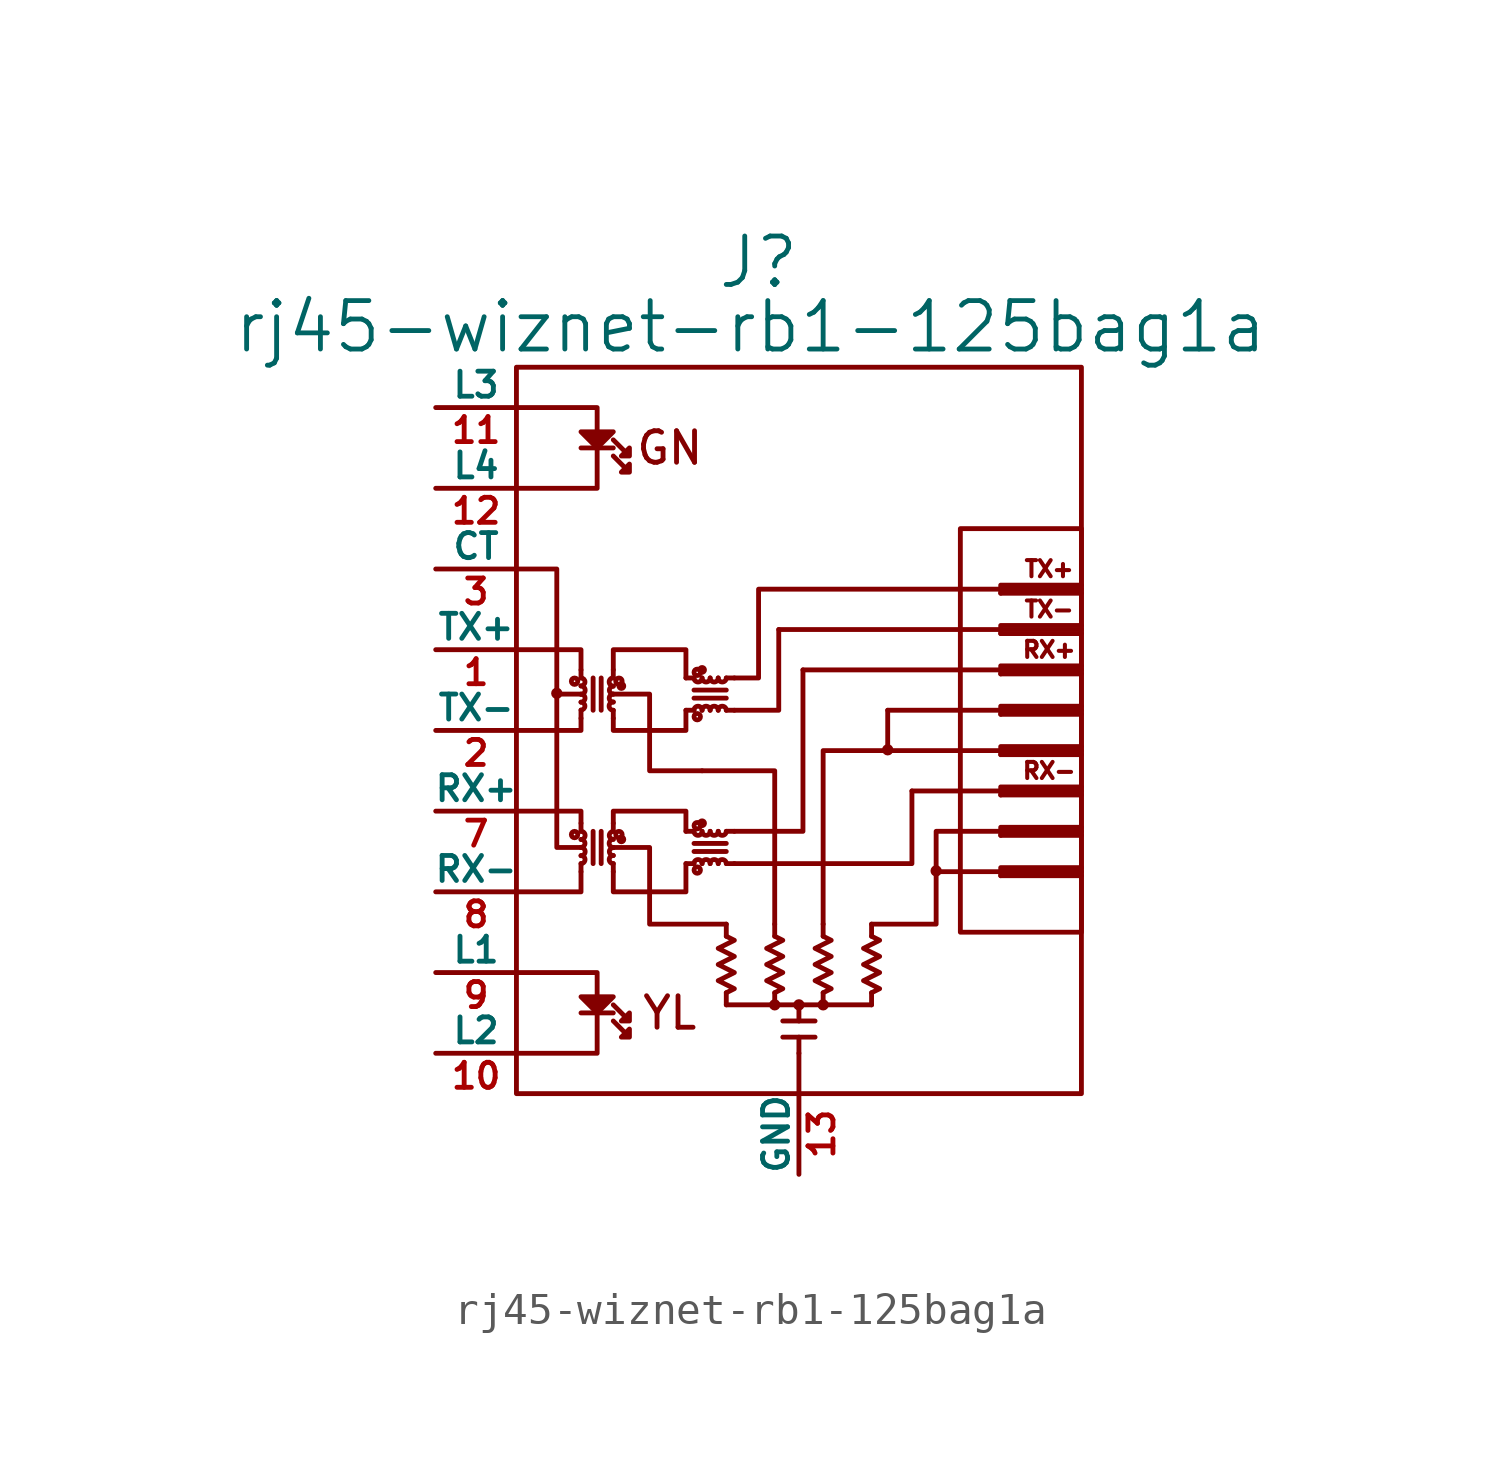
<source format=kicad_sym>
(kicad_symbol_lib
  (version 20211014)
  (generator kicad_symbol_editor)
  (symbol "rj45-wiznet-rb1-125bag1a"
    (pin_names
      (offset 0))
    (property "Reference" "J"
      (at 0 14.732 0)
      (effects (font (size 1.524 1.524))))
    (property "Value" "rj45-wiznet-rb1-125bag1a"
      (at -0.254 12.7 0)
      (effects (font (size 1.524 1.524))))
    (property "Footprint" ""
      (at -7.62 -1.27 0)
      (effects (font (size 1.524 1.524))))
    (property "Datasheet" ""
      (at -7.62 -1.27 0)
      (effects (font (size 1.524 1.524))))
    (symbol "rj45-wiznet-rb1-125bag1a_0_0"
      (text "GN" (at -2.794 8.89 0) (effects (font (size 0.991 0.991))))
      (text "RX+" (at 9.144 2.54 0) (effects (font (size 0.508 0.508))))
      (text "RX-" (at 9.144 -1.27 0) (effects (font (size 0.508 0.508))))
      (text "TX+" (at 9.144 5.08 0) (effects (font (size 0.508 0.508))))
      (text "TX-" (at 9.144 3.81 0) (effects (font (size 0.508 0.508))))
      (text "YL" (at -2.794 -8.89 0) (effects (font (size 0.991 0.991)))))
    (symbol "rj45-wiznet-rb1-125bag1a_0_1"
      (circle (center -6.35 1.168) (radius 0.102) (stroke (width 0) (type default) (color 0 0 0 0)) (fill (type none)))
      (circle (center -5.791 -3.277) (radius 0.025) (stroke (width 0) (type default) (color 0 0 0 0)) (fill (type none)))
      (circle (center -5.791 1.549) (radius 0.025) (stroke (width 0) (type default) (color 0 0 0 0)) (fill (type none)))
      (arc (start -5.588 -4.191) (mid -5.461 -4.064) (end -5.588 -3.937) (stroke (width 0) (type default) (color 0 0 0 0)) (fill (type none)))
      (arc (start -5.588 -3.937) (mid -5.461 -3.81) (end -5.588 -3.683) (stroke (width 0) (type default) (color 0 0 0 0)) (fill (type none)))
      (arc (start -5.588 -3.683) (mid -5.461 -3.556) (end -5.588 -3.429) (stroke (width 0) (type default) (color 0 0 0 0)) (fill (type none)))
      (arc (start -5.588 -3.429) (mid -5.461 -3.302) (end -5.588 -3.175) (stroke (width 0) (type default) (color 0 0 0 0)) (fill (type none)))
      (arc (start -5.588 0.635) (mid -5.461 0.762) (end -5.588 0.889) (stroke (width 0) (type default) (color 0 0 0 0)) (fill (type none)))
      (arc (start -5.588 0.889) (mid -5.461 1.016) (end -5.588 1.143) (stroke (width 0) (type default) (color 0 0 0 0)) (fill (type none)))
      (arc (start -5.588 1.143) (mid -5.461 1.27) (end -5.588 1.397) (stroke (width 0) (type default) (color 0 0 0 0)) (fill (type none)))
      (arc (start -5.588 1.397) (mid -5.461 1.524) (end -5.588 1.651) (stroke (width 0) (type default) (color 0 0 0 0)) (fill (type none)))
      (arc (start -4.572 -3.937) (mid -4.699 -4.064) (end -4.572 -4.191) (stroke (width 0) (type default) (color 0 0 0 0)) (fill (type none)))
      (arc (start -4.572 -3.683) (mid -4.699 -3.81) (end -4.572 -3.937) (stroke (width 0) (type default) (color 0 0 0 0)) (fill (type none)))
      (arc (start -4.572 -3.429) (mid -4.699 -3.556) (end -4.572 -3.683) (stroke (width 0) (type default) (color 0 0 0 0)) (fill (type none)))
      (arc (start -4.572 -3.175) (mid -4.699 -3.302) (end -4.572 -3.429) (stroke (width 0) (type default) (color 0 0 0 0)) (fill (type none)))
      (arc (start -4.572 0.889) (mid -4.699 0.762) (end -4.572 0.635) (stroke (width 0) (type default) (color 0 0 0 0)) (fill (type none)))
      (arc (start -4.572 1.143) (mid -4.699 1.016) (end -4.572 0.889) (stroke (width 0) (type default) (color 0 0 0 0)) (fill (type none)))
      (arc (start -4.572 1.397) (mid -4.699 1.27) (end -4.572 1.143) (stroke (width 0) (type default) (color 0 0 0 0)) (fill (type none)))
      (arc (start -4.572 1.651) (mid -4.699 1.524) (end -4.572 1.397) (stroke (width 0) (type default) (color 0 0 0 0)) (fill (type none)))
      (circle (center -4.394 -3.277) (radius 0.025) (stroke (width 0) (type default) (color 0 0 0 0)) (fill (type none)))
      (circle (center -4.394 1.549) (radius 0.025) (stroke (width 0) (type default) (color 0 0 0 0)) (fill (type none)))
      (circle (center -4.318 -3.429) (radius 0.0001) (stroke (width 0) (type default) (color 0 0 0 0)) (fill (type none)))
      (circle (center -4.318 1.397) (radius 0.0001) (stroke (width 0) (type default) (color 0 0 0 0)) (fill (type none)))
      (arc (start -2.032 -3.175) (mid -1.905 -3.302) (end -1.778 -3.175) (stroke (width 0) (type default) (color 0 0 0 0)) (fill (type none)))
      (arc (start -2.032 1.651) (mid -1.905 1.524) (end -1.778 1.651) (stroke (width 0) (type default) (color 0 0 0 0)) (fill (type none)))
      (circle (center -1.93 -4.394) (radius 0.025) (stroke (width 0) (type default) (color 0 0 0 0)) (fill (type none)))
      (circle (center -1.93 -2.997) (radius 0.025) (stroke (width 0) (type default) (color 0 0 0 0)) (fill (type none)))
      (circle (center -1.93 0.432) (radius 0.025) (stroke (width 0) (type default) (color 0 0 0 0)) (fill (type none)))
      (circle (center -1.93 1.829) (radius 0.025) (stroke (width 0) (type default) (color 0 0 0 0)) (fill (type none)))
      (arc (start -1.778 -4.191) (mid -1.905 -4.064) (end -2.032 -4.191) (stroke (width 0) (type default) (color 0 0 0 0)) (fill (type none)))
      (arc (start -1.778 -3.175) (mid -1.651 -3.302) (end -1.524 -3.175) (stroke (width 0) (type default) (color 0 0 0 0)) (fill (type none)))
      (circle (center -1.778 -2.921) (radius 0.0001) (stroke (width 0) (type default) (color 0 0 0 0)) (fill (type none)))
      (arc (start -1.778 0.635) (mid -1.905 0.762) (end -2.032 0.635) (stroke (width 0) (type default) (color 0 0 0 0)) (fill (type none)))
      (arc (start -1.778 1.651) (mid -1.651 1.524) (end -1.524 1.651) (stroke (width 0) (type default) (color 0 0 0 0)) (fill (type none)))
      (circle (center -1.778 1.905) (radius 0.0001) (stroke (width 0) (type default) (color 0 0 0 0)) (fill (type none)))
      (arc (start -1.524 -4.191) (mid -1.651 -4.064) (end -1.778 -4.191) (stroke (width 0) (type default) (color 0 0 0 0)) (fill (type none)))
      (arc (start -1.524 -3.175) (mid -1.397 -3.302) (end -1.27 -3.175) (stroke (width 0) (type default) (color 0 0 0 0)) (fill (type none)))
      (arc (start -1.524 0.635) (mid -1.651 0.762) (end -1.778 0.635) (stroke (width 0) (type default) (color 0 0 0 0)) (fill (type none)))
      (arc (start -1.524 1.651) (mid -1.397 1.524) (end -1.27 1.651) (stroke (width 0) (type default) (color 0 0 0 0)) (fill (type none)))
      (arc (start -1.27 -4.191) (mid -1.397 -4.064) (end -1.524 -4.191) (stroke (width 0) (type default) (color 0 0 0 0)) (fill (type none)))
      (arc (start -1.27 -3.175) (mid -1.143 -3.302) (end -1.016 -3.175) (stroke (width 0) (type default) (color 0 0 0 0)) (fill (type none)))
      (arc (start -1.27 0.635) (mid -1.397 0.762) (end -1.524 0.635) (stroke (width 0) (type default) (color 0 0 0 0)) (fill (type none)))
      (arc (start -1.27 1.651) (mid -1.143 1.524) (end -1.016 1.651) (stroke (width 0) (type default) (color 0 0 0 0)) (fill (type none)))
      (arc (start -1.016 -4.191) (mid -1.143 -4.064) (end -1.27 -4.191) (stroke (width 0) (type default) (color 0 0 0 0)) (fill (type none)))
      (arc (start -1.016 0.635) (mid -1.143 0.762) (end -1.27 0.635) (stroke (width 0) (type default) (color 0 0 0 0)) (fill (type none)))
      (polyline (pts (xy -6.35 1.143) (xy -5.588 1.143)) (stroke (width 0) (type default) (color 0 0 0 0)) (fill (type none)))
      (polyline (pts (xy -5.588 -8.89) (xy -4.572 -8.89)) (stroke (width 0) (type default) (color 0 0 0 0)) (fill (type none)))
      (polyline (pts (xy -5.588 -4.191) (xy -5.588 -4.445)) (stroke (width 0) (type default) (color 0 0 0 0)) (fill (type none)))
      (polyline (pts (xy -5.588 -2.921) (xy -5.588 -3.175)) (stroke (width 0) (type default) (color 0 0 0 0)) (fill (type none)))
      (polyline (pts (xy -5.588 0.635) (xy -5.588 0.381)) (stroke (width 0) (type default) (color 0 0 0 0)) (fill (type none)))
      (polyline (pts (xy -5.588 1.905) (xy -5.588 1.651)) (stroke (width 0) (type default) (color 0 0 0 0)) (fill (type none)))
      (polyline (pts (xy -5.588 8.89) (xy -4.572 8.89)) (stroke (width 0) (type default) (color 0 0 0 0)) (fill (type none)))
      (polyline (pts (xy -5.207 -4.191) (xy -5.207 -3.175)) (stroke (width 0) (type default) (color 0 0 0 0)) (fill (type none)))
      (polyline (pts (xy -5.207 0.635) (xy -5.207 1.651)) (stroke (width 0) (type default) (color 0 0 0 0)) (fill (type none)))
      (polyline (pts (xy -4.953 -3.175) (xy -4.953 -4.191)) (stroke (width 0) (type default) (color 0 0 0 0)) (fill (type none)))
      (polyline (pts (xy -4.953 1.651) (xy -4.953 0.635)) (stroke (width 0) (type default) (color 0 0 0 0)) (fill (type none)))
      (polyline (pts (xy -4.572 -4.191) (xy -4.572 -4.445)) (stroke (width 0) (type default) (color 0 0 0 0)) (fill (type none)))
      (polyline (pts (xy -4.572 -2.921) (xy -4.572 -3.175)) (stroke (width 0) (type default) (color 0 0 0 0)) (fill (type none)))
      (polyline (pts (xy -4.572 0.635) (xy -4.572 0.381)) (stroke (width 0) (type default) (color 0 0 0 0)) (fill (type none)))
      (polyline (pts (xy -4.572 1.905) (xy -4.572 1.651)) (stroke (width 0) (type default) (color 0 0 0 0)) (fill (type none)))
      (polyline (pts (xy -2.286 -4.191) (xy -2.032 -4.191)) (stroke (width 0) (type default) (color 0 0 0 0)) (fill (type none)))
      (polyline (pts (xy -2.286 -3.175) (xy -2.032 -3.175)) (stroke (width 0) (type default) (color 0 0 0 0)) (fill (type none)))
      (polyline (pts (xy -2.286 0.635) (xy -2.032 0.635)) (stroke (width 0) (type default) (color 0 0 0 0)) (fill (type none)))
      (polyline (pts (xy -2.286 1.651) (xy -2.032 1.651)) (stroke (width 0) (type default) (color 0 0 0 0)) (fill (type none)))
      (polyline (pts (xy -2.032 -3.556) (xy -1.016 -3.556)) (stroke (width 0) (type default) (color 0 0 0 0)) (fill (type none)))
      (polyline (pts (xy -2.032 1.27) (xy -1.016 1.27)) (stroke (width 0) (type default) (color 0 0 0 0)) (fill (type none)))
      (polyline (pts (xy -1.016 -8.636) (xy -1.016 -8.255)) (stroke (width 0) (type default) (color 0 0 0 0)) (fill (type none)))
      (polyline (pts (xy -1.016 -6.477) (xy -1.016 -6.096)) (stroke (width 0) (type default) (color 0 0 0 0)) (fill (type none)))
      (polyline (pts (xy -1.016 -4.191) (xy -0.762 -4.191)) (stroke (width 0) (type default) (color 0 0 0 0)) (fill (type none)))
      (polyline (pts (xy -1.016 -3.81) (xy -2.032 -3.81)) (stroke (width 0) (type default) (color 0 0 0 0)) (fill (type none)))
      (polyline (pts (xy -1.016 -3.175) (xy -0.762 -3.175)) (stroke (width 0) (type default) (color 0 0 0 0)) (fill (type none)))
      (polyline (pts (xy -1.016 0.635) (xy -0.762 0.635)) (stroke (width 0) (type default) (color 0 0 0 0)) (fill (type none)))
      (polyline (pts (xy -1.016 1.016) (xy -2.032 1.016)) (stroke (width 0) (type default) (color 0 0 0 0)) (fill (type none)))
      (polyline (pts (xy -1.016 1.651) (xy -0.762 1.651)) (stroke (width 0) (type default) (color 0 0 0 0)) (fill (type none)))
      (polyline (pts (xy 0.508 -8.636) (xy 0.508 -8.255)) (stroke (width 0) (type default) (color 0 0 0 0)) (fill (type none)))
      (polyline (pts (xy 0.508 -6.477) (xy 0.508 -6.096)) (stroke (width 0) (type default) (color 0 0 0 0)) (fill (type none)))
      (polyline (pts (xy 0.762 -9.144) (xy 1.778 -9.144)) (stroke (width 0) (type default) (color 0 0 0 0)) (fill (type none)))
      (polyline (pts (xy 1.27 -11.43) (xy 1.27 -10.16)) (stroke (width 0) (type default) (color 0 0 0 0)) (fill (type none)))
      (polyline (pts (xy 1.27 -9.652) (xy 1.27 -10.16)) (stroke (width 0) (type default) (color 0 0 0 0)) (fill (type none)))
      (polyline (pts (xy 1.27 -8.636) (xy 1.27 -9.144)) (stroke (width 0) (type default) (color 0 0 0 0)) (fill (type none)))
      (polyline (pts (xy 1.778 -9.652) (xy 0.762 -9.652)) (stroke (width 0) (type default) (color 0 0 0 0)) (fill (type none)))
      (polyline (pts (xy 2.032 -8.636) (xy 2.032 -8.255)) (stroke (width 0) (type default) (color 0 0 0 0)) (fill (type none)))
      (polyline (pts (xy 2.032 -6.477) (xy 2.032 -6.096)) (stroke (width 0) (type default) (color 0 0 0 0)) (fill (type none)))
      (polyline (pts (xy 3.556 -8.636) (xy -1.016 -8.636)) (stroke (width 0) (type default) (color 0 0 0 0)) (fill (type none)))
      (polyline (pts (xy 3.556 -8.636) (xy 3.556 -8.255)) (stroke (width 0) (type default) (color 0 0 0 0)) (fill (type none)))
      (polyline (pts (xy 3.556 -6.477) (xy 3.556 -6.096)) (stroke (width 0) (type default) (color 0 0 0 0)) (fill (type none)))
      (polyline (pts (xy 4.064 0.635) (xy 4.064 -0.635)) (stroke (width 0) (type default) (color 0 0 0 0)) (fill (type none)))
      (polyline (pts (xy 7.62 -4.572) (xy 10.16 -4.572)) (stroke (width 0) (type default) (color 0 0 0 0)) (fill (type none)))
      (polyline (pts (xy 7.62 -4.445) (xy 5.588 -4.445)) (stroke (width 0) (type default) (color 0 0 0 0)) (fill (type none)))
      (polyline (pts (xy 7.62 -4.445) (xy 10.16 -4.445)) (stroke (width 0) (type default) (color 0 0 0 0)) (fill (type none)))
      (polyline (pts (xy 7.62 -3.302) (xy 10.16 -3.302)) (stroke (width 0) (type default) (color 0 0 0 0)) (fill (type none)))
      (polyline (pts (xy 7.62 -3.175) (xy 10.16 -3.175)) (stroke (width 0) (type default) (color 0 0 0 0)) (fill (type none)))
      (polyline (pts (xy 7.62 -2.032) (xy 10.16 -2.032)) (stroke (width 0) (type default) (color 0 0 0 0)) (fill (type none)))
      (polyline (pts (xy 7.62 -1.905) (xy 4.826 -1.905)) (stroke (width 0) (type default) (color 0 0 0 0)) (fill (type none)))
      (polyline (pts (xy 7.62 -1.905) (xy 10.16 -1.905)) (stroke (width 0) (type default) (color 0 0 0 0)) (fill (type none)))
      (polyline (pts (xy 7.62 -0.762) (xy 10.16 -0.762)) (stroke (width 0) (type default) (color 0 0 0 0)) (fill (type none)))
      (polyline (pts (xy 7.62 -0.635) (xy 4.064 -0.635)) (stroke (width 0) (type default) (color 0 0 0 0)) (fill (type none)))
      (polyline (pts (xy 7.62 -0.635) (xy 10.16 -0.635)) (stroke (width 0) (type default) (color 0 0 0 0)) (fill (type none)))
      (polyline (pts (xy 7.62 0.508) (xy 10.16 0.508)) (stroke (width 0) (type default) (color 0 0 0 0)) (fill (type none)))
      (polyline (pts (xy 7.62 0.635) (xy 4.064 0.635)) (stroke (width 0) (type default) (color 0 0 0 0)) (fill (type none)))
      (polyline (pts (xy 7.62 0.635) (xy 10.16 0.635)) (stroke (width 0) (type default) (color 0 0 0 0)) (fill (type none)))
      (polyline (pts (xy 7.62 1.778) (xy 10.16 1.778)) (stroke (width 0) (type default) (color 0 0 0 0)) (fill (type none)))
      (polyline (pts (xy 7.62 1.905) (xy 1.397 1.905)) (stroke (width 0) (type default) (color 0 0 0 0)) (fill (type none)))
      (polyline (pts (xy 7.62 1.905) (xy 10.16 1.905)) (stroke (width 0) (type default) (color 0 0 0 0)) (fill (type none)))
      (polyline (pts (xy 7.62 3.048) (xy 10.16 3.048)) (stroke (width 0) (type default) (color 0 0 0 0)) (fill (type none)))
      (polyline (pts (xy 7.62 3.175) (xy 0.635 3.175)) (stroke (width 0) (type default) (color 0 0 0 0)) (fill (type none)))
      (polyline (pts (xy 7.62 3.175) (xy 10.16 3.175)) (stroke (width 0) (type default) (color 0 0 0 0)) (fill (type none)))
      (polyline (pts (xy 7.62 4.318) (xy 10.16 4.318)) (stroke (width 0) (type default) (color 0 0 0 0)) (fill (type none)))
      (polyline (pts (xy 7.62 4.445) (xy 10.16 4.445)) (stroke (width 0) (type default) (color 0 0 0 0)) (fill (type none)))
      (polyline (pts (xy -7.62 -2.54) (xy -5.588 -2.54) (xy -5.588 -2.921)) (stroke (width 0) (type default) (color 0 0 0 0)) (fill (type none)))
      (polyline (pts (xy -7.62 0) (xy -5.588 0) (xy -5.588 0.381)) (stroke (width 0) (type default) (color 0 0 0 0)) (fill (type none)))
      (polyline (pts (xy -7.62 2.54) (xy -5.588 2.54) (xy -5.588 1.905)) (stroke (width 0) (type default) (color 0 0 0 0)) (fill (type none)))
      (polyline (pts (xy -6.35 1.143) (xy -6.35 -3.683) (xy -5.588 -3.683)) (stroke (width 0) (type default) (color 0 0 0 0)) (fill (type none)))
      (polyline (pts (xy -6.35 1.143) (xy -6.35 5.08) (xy -7.62 5.08)) (stroke (width 0) (type default) (color 0 0 0 0)) (fill (type none)))
      (polyline (pts (xy -5.588 -4.445) (xy -5.588 -5.08) (xy -7.62 -5.08)) (stroke (width 0) (type default) (color 0 0 0 0)) (fill (type none)))
      (polyline (pts (xy -5.08 -8.89) (xy -5.08 -10.16) (xy -7.62 -10.16)) (stroke (width 0) (type default) (color 0 0 0 0)) (fill (type none)))
      (polyline (pts (xy -5.08 -8.382) (xy -5.08 -7.62) (xy -7.62 -7.62)) (stroke (width 0) (type default) (color 0 0 0 0)) (fill (type none)))
      (polyline (pts (xy -5.08 8.89) (xy -5.08 7.62) (xy -7.62 7.62)) (stroke (width 0) (type default) (color 0 0 0 0)) (fill (type none)))
      (polyline (pts (xy -5.08 9.398) (xy -5.08 10.16) (xy -7.62 10.16)) (stroke (width 0) (type default) (color 0 0 0 0)) (fill (type none)))
      (polyline (pts (xy 0.508 -6.096) (xy 0.508 -1.27) (xy -1.778 -1.27)) (stroke (width 0) (type default) (color 0 0 0 0)) (fill (type none)))
      (polyline (pts (xy 0.635 3.175) (xy 0.635 0.635) (xy -0.762 0.635)) (stroke (width 0) (type default) (color 0 0 0 0)) (fill (type none)))
      (polyline (pts (xy 1.397 1.905) (xy 1.397 -3.175) (xy -0.762 -3.175)) (stroke (width 0) (type default) (color 0 0 0 0)) (fill (type none)))
      (polyline (pts (xy 2.032 -6.096) (xy 2.032 -0.635) (xy 4.064 -0.635)) (stroke (width 0) (type default) (color 0 0 0 0)) (fill (type none)))
      (polyline (pts (xy 3.556 -6.096) (xy 5.588 -6.096) (xy 5.588 -4.445)) (stroke (width 0) (type default) (color 0 0 0 0)) (fill (type none)))
      (polyline (pts (xy 4.826 -1.905) (xy 4.826 -4.191) (xy -0.762 -4.191)) (stroke (width 0) (type default) (color 0 0 0 0)) (fill (type none)))
      (polyline (pts (xy 5.588 -4.445) (xy 5.588 -3.175) (xy 7.62 -3.175)) (stroke (width 0) (type default) (color 0 0 0 0)) (fill (type none)))
      (polyline (pts (xy 7.62 -4.572) (xy 7.62 -4.318) (xy 10.16 -4.318)) (stroke (width 0) (type default) (color 0 0 0 0)) (fill (type none)))
      (polyline (pts (xy 7.62 -3.302) (xy 7.62 -3.048) (xy 10.16 -3.048)) (stroke (width 0) (type default) (color 0 0 0 0)) (fill (type none)))
      (polyline (pts (xy 7.62 -2.032) (xy 7.62 -1.778) (xy 10.16 -1.778)) (stroke (width 0) (type default) (color 0 0 0 0)) (fill (type none)))
      (polyline (pts (xy 7.62 -0.762) (xy 7.62 -0.508) (xy 10.16 -0.508)) (stroke (width 0) (type default) (color 0 0 0 0)) (fill (type none)))
      (polyline (pts (xy 7.62 0.508) (xy 7.62 0.762) (xy 10.16 0.762)) (stroke (width 0) (type default) (color 0 0 0 0)) (fill (type none)))
      (polyline (pts (xy 7.62 1.778) (xy 7.62 2.032) (xy 10.16 2.032)) (stroke (width 0) (type default) (color 0 0 0 0)) (fill (type none)))
      (polyline (pts (xy 7.62 3.048) (xy 7.62 3.302) (xy 10.16 3.302)) (stroke (width 0) (type default) (color 0 0 0 0)) (fill (type none)))
      (polyline (pts (xy 7.62 4.318) (xy 7.62 4.572) (xy 10.16 4.572)) (stroke (width 0) (type default) (color 0 0 0 0)) (fill (type none)))
      (polyline (pts (xy -5.588 -8.382) (xy -5.08 -8.89) (xy -4.572 -8.382) (xy -5.588 -8.382)) (stroke (width 0) (type default) (color 0 0 0 0)) (fill (type outline)))
      (polyline (pts (xy -5.588 9.398) (xy -5.08 8.89) (xy -4.572 9.398) (xy -5.588 9.398)) (stroke (width 0) (type default) (color 0 0 0 0)) (fill (type outline)))
      (polyline (pts (xy -4.572 -4.445) (xy -4.572 -5.08) (xy -2.286 -5.08) (xy -2.286 -4.191)) (stroke (width 0) (type default) (color 0 0 0 0)) (fill (type none)))
      (polyline (pts (xy -4.572 -3.683) (xy -3.429 -3.683) (xy -3.429 -6.096) (xy -1.016 -6.096)) (stroke (width 0) (type default) (color 0 0 0 0)) (fill (type none)))
      (polyline (pts (xy -4.572 -2.921) (xy -4.572 -2.54) (xy -2.286 -2.54) (xy -2.286 -3.175)) (stroke (width 0) (type default) (color 0 0 0 0)) (fill (type none)))
      (polyline (pts (xy -4.572 0.381) (xy -4.572 0) (xy -2.286 0) (xy -2.286 0.635)) (stroke (width 0) (type default) (color 0 0 0 0)) (fill (type none)))
      (polyline (pts (xy -4.572 1.143) (xy -3.429 1.143) (xy -3.429 -1.27) (xy -1.778 -1.27)) (stroke (width 0) (type default) (color 0 0 0 0)) (fill (type none)))
      (polyline (pts (xy -4.572 1.905) (xy -4.572 2.54) (xy -2.286 2.54) (xy -2.286 1.651)) (stroke (width 0) (type default) (color 0 0 0 0)) (fill (type none)))
      (polyline (pts (xy 7.62 4.445) (xy 0 4.445) (xy 0 1.651) (xy -0.762 1.651)) (stroke (width 0) (type default) (color 0 0 0 0)) (fill (type none)))
      (polyline (pts (xy -4.572 -9.144) (xy -4.064 -9.652) (xy -4.064 -9.398) (xy -4.318 -9.652) (xy -4.064 -9.652)) (stroke (width 0) (type default) (color 0 0 0 0)) (fill (type none)))
      (polyline (pts (xy -4.572 -8.636) (xy -4.064 -9.144) (xy -4.064 -8.89) (xy -4.318 -9.144) (xy -4.064 -9.144)) (stroke (width 0) (type default) (color 0 0 0 0)) (fill (type none)))
      (polyline (pts (xy -4.572 8.636) (xy -4.064 8.128) (xy -4.064 8.382) (xy -4.318 8.128) (xy -4.064 8.128)) (stroke (width 0) (type default) (color 0 0 0 0)) (fill (type none)))
      (polyline (pts (xy -4.572 9.144) (xy -4.064 8.636) (xy -4.064 8.89) (xy -4.318 8.636) (xy -4.064 8.636)) (stroke (width 0) (type default) (color 0 0 0 0)) (fill (type none)))
      (polyline (pts (xy -1.016 -6.477) (xy -0.762 -6.604) (xy -1.27 -6.858) (xy -0.762 -7.112) (xy -1.27 -7.366) (xy -0.762 -7.62) (xy -1.27 -7.874) (xy -0.762 -8.128) (xy -1.016 -8.255)) (stroke (width 0) (type default) (color 0 0 0 0)) (fill (type none)))
      (polyline (pts (xy 0.508 -6.477) (xy 0.762 -6.604) (xy 0.254 -6.858) (xy 0.762 -7.112) (xy 0.254 -7.366) (xy 0.762 -7.62) (xy 0.254 -7.874) (xy 0.762 -8.128) (xy 0.508 -8.255)) (stroke (width 0) (type default) (color 0 0 0 0)) (fill (type none)))
      (polyline (pts (xy 2.032 -6.477) (xy 2.286 -6.604) (xy 1.778 -6.858) (xy 2.286 -7.112) (xy 1.778 -7.366) (xy 2.286 -7.62) (xy 1.778 -7.874) (xy 2.286 -8.128) (xy 2.032 -8.255)) (stroke (width 0) (type default) (color 0 0 0 0)) (fill (type none)))
      (polyline (pts (xy 3.556 -6.477) (xy 3.81 -6.604) (xy 3.302 -6.858) (xy 3.81 -7.112) (xy 3.302 -7.366) (xy 3.81 -7.62) (xy 3.302 -7.874) (xy 3.81 -8.128) (xy 3.556 -8.255)) (stroke (width 0) (type default) (color 0 0 0 0)) (fill (type none)))
      (circle (center 0.508 -8.636) (radius 0.102) (stroke (width 0) (type default) (color 0 0 0 0)) (fill (type none)))
      (circle (center 1.27 -8.636) (radius 0.102) (stroke (width 0) (type default) (color 0 0 0 0)) (fill (type none)))
      (circle (center 2.032 -8.636) (radius 0.102) (stroke (width 0) (type default) (color 0 0 0 0)) (fill (type none)))
      (circle (center 4.064 -0.61) (radius 0.102) (stroke (width 0) (type default) (color 0 0 0 0)) (fill (type none)))
      (circle (center 5.588 -4.42) (radius 0.102) (stroke (width 0) (type default) (color 0 0 0 0)) (fill (type none)))
      (rectangle (start 10.16 6.35) (end 6.35 -6.35) (stroke (width 0) (type default) (color 0 0 0 0)) (fill (type none)))
      (rectangle (start 10.16 11.43) (end -7.62 -11.43) (stroke (width 0) (type default) (color 0 0 0 0)) (fill (type none))))
    (symbol "rj45-wiznet-rb1-125bag1a_1_1"
      (pin passive line (at -10.16 2.54 0) (length 2.54) (name "TX+" (effects (font (size 0.787 0.787)))) (number "1" (effects (font (size 0.787 0.787)))))
      (pin passive line (at -10.16 -10.16 0) (length 2.54) (name "L2" (effects (font (size 0.787 0.787)))) (number "10" (effects (font (size 0.787 0.787)))))
      (pin passive line (at -10.16 10.16 0) (length 2.54) (name "L3" (effects (font (size 0.787 0.787)))) (number "11" (effects (font (size 0.787 0.787)))))
      (pin passive line (at -10.16 7.62 0) (length 2.54) (name "L4" (effects (font (size 0.787 0.787)))) (number "12" (effects (font (size 0.787 0.787)))))
      (pin passive line (at 1.27 -13.97 90) (length 2.54) (name "GND" (effects (font (size 0.787 0.787)))) (number "13" (effects (font (size 0.787 0.787)))))
      (pin passive line (at -10.16 0 0) (length 2.54) (name "TX-" (effects (font (size 0.787 0.787)))) (number "2" (effects (font (size 0.787 0.787)))))
      (pin passive line (at -10.16 5.08 0) (length 2.54) (name "CT" (effects (font (size 0.787 0.787)))) (number "3" (effects (font (size 0.787 0.787)))))
      (pin passive line (at -10.16 -2.54 0) (length 2.54) (name "RX+" (effects (font (size 0.787 0.787)))) (number "7" (effects (font (size 0.787 0.787)))))
      (pin passive line (at -10.16 -5.08 0) (length 2.54) (name "RX-" (effects (font (size 0.787 0.787)))) (number "8" (effects (font (size 0.787 0.787)))))
      (pin passive line (at -10.16 -7.62 0) (length 2.54) (name "L1" (effects (font (size 0.787 0.787)))) (number "9" (effects (font (size 0.787 0.787))))))))
</source>
